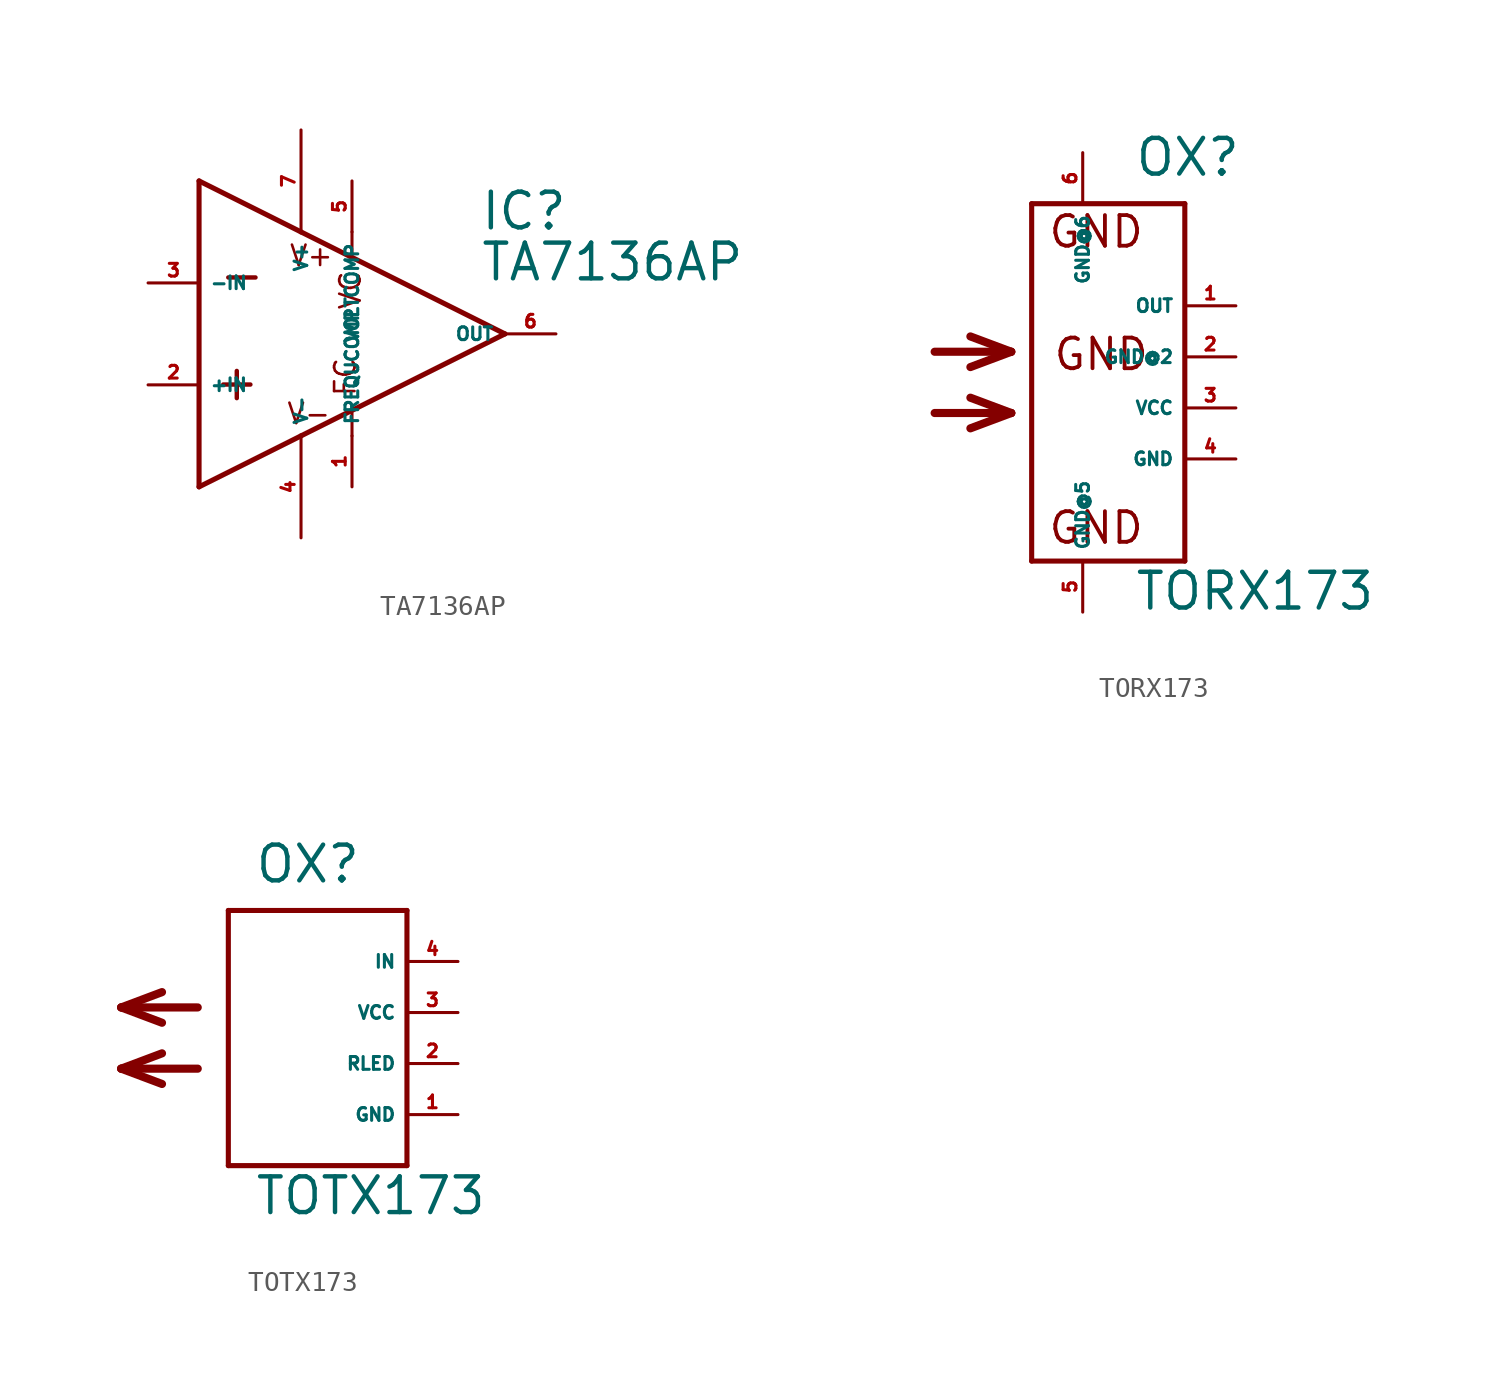
<source format=kicad_sym>
(kicad_symbol_lib
  (version 20220914)
  (generator Eagle2Kicad)
  (symbol "TA7136AP"
    (property "Reference" "IC"
      (at 11.43 5.08 0)
      (effects (font (size 1.778 1.778) (thickness 0.22)) (justify left bottom)))
    (property "Value" "TA7136AP"
      (at 11.43 2.54 0)
      (effects (font (size 1.778 1.778) (thickness 0.22)) (justify left bottom)))
    (polyline
      (pts (xy -2.54 7.62) (xy -2.54 -7.62))
      (stroke (width 0.254) (type default))
      (fill (type none)))
    (polyline
      (pts (xy -2.54 -7.62) (xy 2.54 -5.08))
      (stroke (width 0.254) (type default))
      (fill (type none)))
    (polyline
      (pts (xy 2.54 -5.08) (xy 12.7 0))
      (stroke (width 0.254) (type default))
      (fill (type none)))
    (polyline
      (pts (xy 12.7 0) (xy 2.54 5.08))
      (stroke (width 0.254) (type default))
      (fill (type none)))
    (polyline
      (pts (xy 2.54 5.08) (xy -2.54 7.62))
      (stroke (width 0.254) (type default))
      (fill (type none)))
    (polyline
      (pts (xy 5.08 5.08) (xy 5.08 3.937))
      (stroke (width 0.152) (type default))
      (fill (type none)))
    (polyline
      (pts (xy 5.08 -5.08) (xy 5.08 -3.937))
      (stroke (width 0.152) (type default))
      (fill (type none)))
    (text "+"
      (at -1.905 -3.429 0)
      (effects (font (size 1.778 1.778) (thickness 0.22)) (justify left bottom)))
    (text "-"
      (at -1.651 1.905 0)
      (effects (font (size 1.778 1.778) (thickness 0.22)) (justify left bottom)))
    (text "V+"
      (at 1.905 3.302 0)
      (effects (font (size 1.016 1.016) (thickness 0.13)) (justify left bottom)))
    (text "V-"
      (at 1.778 -4.572 0)
      (effects (font (size 1.016 1.016) (thickness 0.13)) (justify left bottom)))
    (text "FC"
      (at 5.334 -3.175 900)
      (effects (font (size 1.016 1.016) (thickness 0.13)) (justify left bottom)))
    (text "VC"
      (at 5.588 1.143 900)
      (effects (font (size 1.016 1.016) (thickness 0.13)) (justify left bottom)))
    (pin input line
      (at -5.08 -2.54 0)
      (length 2.54)
      (name "+IN" (effects (font (size 0.635 0.635) (thickness 0.08)) (justify left bottom)))
      (number "2" (effects (font (size 0.635 0.635) (thickness 0.08)) (justify left bottom))))
    (pin input line
      (at -5.08 2.54 0)
      (length 2.54)
      (name "-IN" (effects (font (size 0.635 0.635) (thickness 0.08)) (justify left bottom)))
      (number "3" (effects (font (size 0.635 0.635) (thickness 0.08)) (justify left bottom))))
    (pin output line
      (at 15.24 0 180)
      (length 2.54)
      (name "OUT" (effects (font (size 0.635 0.635) (thickness 0.08)) (justify left bottom)))
      (number "6" (effects (font (size 0.635 0.635) (thickness 0.08)) (justify left bottom))))
    (pin unspecified line
      (at 2.54 10.16 270)
      (length 5.08)
      (name "V+" (effects (font (size 0.635 0.635) (thickness 0.08)) (justify left bottom)))
      (number "7" (effects (font (size 0.635 0.635) (thickness 0.08)) (justify left bottom))))
    (pin unspecified line
      (at 2.54 -10.16 90)
      (length 5.08)
      (name "V-" (effects (font (size 0.635 0.635) (thickness 0.08)) (justify left bottom)))
      (number "4" (effects (font (size 0.635 0.635) (thickness 0.08)) (justify left bottom))))
    (pin passive line
      (at 5.08 -7.62 90)
      (length 2.54)
      (name "FREQUCOMP" (effects (font (size 0.635 0.635) (thickness 0.08)) (justify left bottom)))
      (number "1" (effects (font (size 0.635 0.635) (thickness 0.08)) (justify left bottom))))
    (pin passive line
      (at 5.08 7.62 270)
      (length 2.54)
      (name "VOLTCOMP" (effects (font (size 0.635 0.635) (thickness 0.08)) (justify left bottom)))
      (number "5" (effects (font (size 0.635 0.635) (thickness 0.08)) (justify left bottom)))))
  (symbol "TORX173"
    (property "Reference" "OX"
      (at 2.54 11.43 0)
      (effects (font (size 1.778 1.778) (thickness 0.22)) (justify left bottom)))
    (property "Value" "TORX173"
      (at 2.54 -10.16 0)
      (effects (font (size 1.778 1.778) (thickness 0.22)) (justify left bottom)))
    (polyline
      (pts (xy -2.54 10.16) (xy 5.08 10.16))
      (stroke (width 0.254) (type default))
      (fill (type none)))
    (polyline
      (pts (xy 5.08 10.16) (xy 5.08 -7.62))
      (stroke (width 0.254) (type default))
      (fill (type none)))
    (polyline
      (pts (xy 5.08 -7.62) (xy -2.54 -7.62))
      (stroke (width 0.254) (type default))
      (fill (type none)))
    (polyline
      (pts (xy -2.54 -7.62) (xy -2.54 10.16))
      (stroke (width 0.254) (type default))
      (fill (type none)))
    (polyline
      (pts (xy -7.366 2.794) (xy -3.556 2.794))
      (stroke (width 0.406) (type default))
      (fill (type none)))
    (polyline
      (pts (xy -3.556 2.794) (xy -5.588 3.556))
      (stroke (width 0.406) (type default))
      (fill (type none)))
    (polyline
      (pts (xy -3.556 2.794) (xy -5.588 2.032))
      (stroke (width 0.406) (type default))
      (fill (type none)))
    (polyline
      (pts (xy -7.366 -0.254) (xy -3.556 -0.254))
      (stroke (width 0.406) (type default))
      (fill (type none)))
    (polyline
      (pts (xy -3.556 -0.254) (xy -5.588 0.508))
      (stroke (width 0.406) (type default))
      (fill (type none)))
    (polyline
      (pts (xy -3.556 -0.254) (xy -5.588 -1.016))
      (stroke (width 0.406) (type default))
      (fill (type none)))
    (text "GND"
      (at -1.524 1.778 0)
      (effects (font (size 1.524 1.524) (thickness 0.19)) (justify left bottom)))
    (text "GND"
      (at -1.778 -6.858 0)
      (effects (font (size 1.524 1.524) (thickness 0.19)) (justify left bottom)))
    (text "GND"
      (at -1.778 7.874 0)
      (effects (font (size 1.524 1.524) (thickness 0.19)) (justify left bottom)))
    (pin unspecified line
      (at 0 12.7 270)
      (length 2.54)
      (name "GND@6" (effects (font (size 0.635 0.635) (thickness 0.08)) (justify left bottom)))
      (number "6" (effects (font (size 0.635 0.635) (thickness 0.08)) (justify left bottom))))
    (pin unspecified line
      (at 0 -10.16 90)
      (length 2.54)
      (name "GND@5" (effects (font (size 0.635 0.635) (thickness 0.08)) (justify left bottom)))
      (number "5" (effects (font (size 0.635 0.635) (thickness 0.08)) (justify left bottom))))
    (pin unspecified line
      (at 7.62 2.54 180)
      (length 2.54)
      (name "GND@2" (effects (font (size 0.635 0.635) (thickness 0.08)) (justify left bottom)))
      (number "2" (effects (font (size 0.635 0.635) (thickness 0.08)) (justify left bottom))))
    (pin unspecified line
      (at 7.62 -2.54 180)
      (length 2.54)
      (name "GND" (effects (font (size 0.635 0.635) (thickness 0.08)) (justify left bottom)))
      (number "4" (effects (font (size 0.635 0.635) (thickness 0.08)) (justify left bottom))))
    (pin unspecified line
      (at 7.62 0 180)
      (length 2.54)
      (name "VCC" (effects (font (size 0.635 0.635) (thickness 0.08)) (justify left bottom)))
      (number "3" (effects (font (size 0.635 0.635) (thickness 0.08)) (justify left bottom))))
    (pin output line
      (at 7.62 5.08 180)
      (length 2.54)
      (name "OUT" (effects (font (size 0.635 0.635) (thickness 0.08)) (justify left bottom)))
      (number "1" (effects (font (size 0.635 0.635) (thickness 0.08)) (justify left bottom)))))
  (symbol "TOTX173"
    (property "Reference" "OX"
      (at -2.54 8.89 0)
      (effects (font (size 1.778 1.778) (thickness 0.22)) (justify left bottom)))
    (property "Value" "TOTX173"
      (at -2.54 -7.62 0)
      (effects (font (size 1.778 1.778) (thickness 0.22)) (justify left bottom)))
    (polyline
      (pts (xy -3.81 7.62) (xy 5.08 7.62))
      (stroke (width 0.254) (type default))
      (fill (type none)))
    (polyline
      (pts (xy 5.08 7.62) (xy 5.08 -5.08))
      (stroke (width 0.254) (type default))
      (fill (type none)))
    (polyline
      (pts (xy 5.08 -5.08) (xy -3.81 -5.08))
      (stroke (width 0.254) (type default))
      (fill (type none)))
    (polyline
      (pts (xy -3.81 -5.08) (xy -3.81 7.62))
      (stroke (width 0.254) (type default))
      (fill (type none)))
    (polyline
      (pts (xy -5.334 -0.254) (xy -9.144 -0.254))
      (stroke (width 0.406) (type default))
      (fill (type none)))
    (polyline
      (pts (xy -9.144 -0.254) (xy -7.112 -1.016))
      (stroke (width 0.406) (type default))
      (fill (type none)))
    (polyline
      (pts (xy -9.144 -0.254) (xy -7.112 0.508))
      (stroke (width 0.406) (type default))
      (fill (type none)))
    (polyline
      (pts (xy -5.334 2.794) (xy -9.144 2.794))
      (stroke (width 0.406) (type default))
      (fill (type none)))
    (polyline
      (pts (xy -9.144 2.794) (xy -7.112 2.032))
      (stroke (width 0.406) (type default))
      (fill (type none)))
    (polyline
      (pts (xy -9.144 2.794) (xy -7.112 3.556))
      (stroke (width 0.406) (type default))
      (fill (type none)))
    (pin unspecified line
      (at 7.62 2.54 180)
      (length 2.54)
      (name "VCC" (effects (font (size 0.635 0.635) (thickness 0.08)) (justify left bottom)))
      (number "3" (effects (font (size 0.635 0.635) (thickness 0.08)) (justify left bottom))))
    (pin unspecified line
      (at 7.62 -2.54 180)
      (length 2.54)
      (name "GND" (effects (font (size 0.635 0.635) (thickness 0.08)) (justify left bottom)))
      (number "1" (effects (font (size 0.635 0.635) (thickness 0.08)) (justify left bottom))))
    (pin unspecified line
      (at 7.62 0 180)
      (length 2.54)
      (name "RLED" (effects (font (size 0.635 0.635) (thickness 0.08)) (justify left bottom)))
      (number "2" (effects (font (size 0.635 0.635) (thickness 0.08)) (justify left bottom))))
    (pin output line
      (at 7.62 5.08 180)
      (length 2.54)
      (name "IN" (effects (font (size 0.635 0.635) (thickness 0.08)) (justify left bottom)))
      (number "4" (effects (font (size 0.635 0.635) (thickness 0.08)) (justify left bottom))))))
</source>
